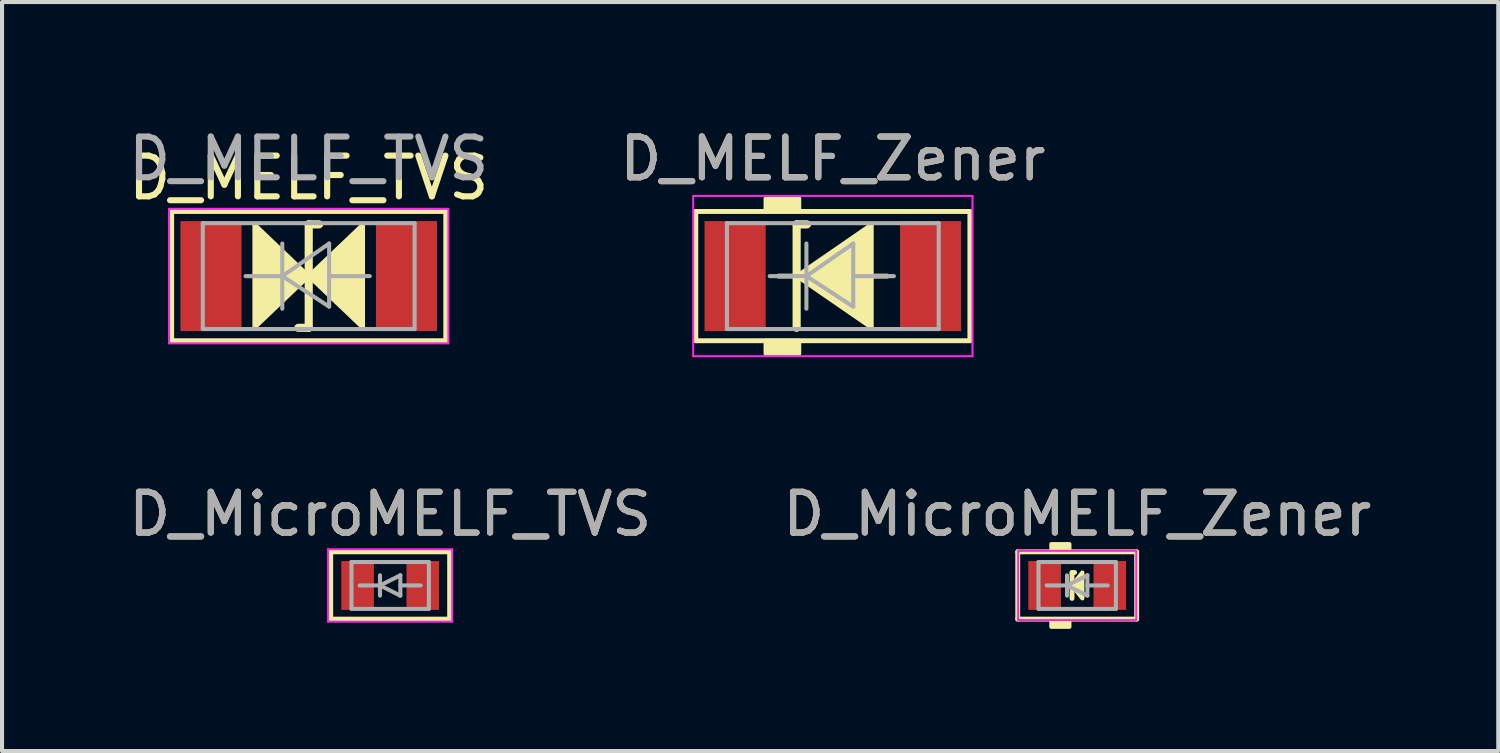
<source format=kicad_pcb>
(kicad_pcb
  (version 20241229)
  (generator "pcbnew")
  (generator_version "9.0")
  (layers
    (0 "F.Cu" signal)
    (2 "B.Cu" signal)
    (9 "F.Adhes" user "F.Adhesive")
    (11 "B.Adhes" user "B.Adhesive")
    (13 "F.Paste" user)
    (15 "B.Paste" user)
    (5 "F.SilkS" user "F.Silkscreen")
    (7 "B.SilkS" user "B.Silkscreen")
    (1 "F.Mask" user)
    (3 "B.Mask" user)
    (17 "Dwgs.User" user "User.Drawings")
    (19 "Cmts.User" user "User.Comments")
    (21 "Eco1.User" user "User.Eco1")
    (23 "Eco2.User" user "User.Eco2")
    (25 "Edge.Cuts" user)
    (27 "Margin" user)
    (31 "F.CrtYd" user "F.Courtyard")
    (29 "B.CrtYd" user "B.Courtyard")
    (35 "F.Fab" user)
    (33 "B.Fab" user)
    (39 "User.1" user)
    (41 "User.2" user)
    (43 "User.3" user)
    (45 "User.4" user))
  (footprint "D_MELF_TVS"
    (layer "F.Cu")
    (at 4.53 3.729)
    (property "Reference" "D_MELF_TVS" (at 0 -2.413 0) (layer "F.SilkS") (effects (font (size 1 1) (thickness 0.15))))
    (attr smd)
    (fp_line (start -3.365 -1.587) (end 3.365 -1.587) (stroke (width 0.12) (type solid)) (layer "F.SilkS"))
    (fp_line (start -3.365 1.587) (end -3.365 -1.587) (stroke (width 0.12) (type solid)) (layer "F.SilkS"))
    (fp_line (start -0.254 1.27) (end 0 1.27) (stroke (width 0.2) (type solid)) (layer "F.SilkS"))
    (fp_line (start 0 -1.27) (end 0 1.27) (stroke (width 0.2) (type solid)) (layer "F.SilkS"))
    (fp_line (start 0 -1.27) (end 0.254 -1.27) (stroke (width 0.2) (type solid)) (layer "F.SilkS"))
    (fp_line (start 3.365 -1.587) (end 3.365 1.587) (stroke (width 0.12) (type solid)) (layer "F.SilkS"))
    (fp_line (start 3.365 1.587) (end -3.365 1.587) (stroke (width 0.12) (type solid)) (layer "F.SilkS"))
    (fp_poly (pts (xy -1.333 -1.27) (xy 0 0) (xy -1.333 1.27)) (stroke (width 0.1) (type solid)) (fill yes) (layer "F.SilkS"))
    (fp_poly (pts (xy 1.333 1.27) (xy 0 0) (xy 1.333 -1.27)) (stroke (width 0.1) (type solid)) (fill yes) (layer "F.SilkS"))
    (fp_line (start -3.429 -1.651) (end 3.429 -1.651) (stroke (width 0.05) (type solid)) (layer "F.CrtYd"))
    (fp_line (start -3.429 1.651) (end -3.429 -1.651) (stroke (width 0.05) (type solid)) (layer "F.CrtYd"))
    (fp_line (start 3.429 -1.651) (end 3.429 1.651) (stroke (width 0.05) (type solid)) (layer "F.CrtYd"))
    (fp_line (start 3.429 1.651) (end -3.429 1.651) (stroke (width 0.05) (type solid)) (layer "F.CrtYd"))
    (fp_line (start -2.6 -1.3) (end -2.6 1.3) (stroke (width 0.1) (type solid)) (layer "F.Fab"))
    (fp_line (start -2.6 1.3) (end 2.6 1.3) (stroke (width 0.1) (type solid)) (layer "F.Fab"))
    (fp_line (start -0.649 -0.799) (end -0.649 0.801) (stroke (width 0.1) (type solid)) (layer "F.Fab"))
    (fp_line (start -0.649 0.001) (end -1.551 0.001) (stroke (width 0.1) (type solid)) (layer "F.Fab"))
    (fp_line (start -0.649 0.001) (end 0.501 -0.799) (stroke (width 0.1) (type solid)) (layer "F.Fab"))
    (fp_line (start -0.649 0.001) (end 0.501 0.75) (stroke (width 0.1) (type solid)) (layer "F.Fab"))
    (fp_line (start 0.501 0.001) (end 1.499 0.001) (stroke (width 0.1) (type solid)) (layer "F.Fab"))
    (fp_line (start 0.501 0.75) (end 0.501 -0.799) (stroke (width 0.1) (type solid)) (layer "F.Fab"))
    (fp_line (start 2.6 -1.3) (end -2.6 -1.3) (stroke (width 0.1) (type solid)) (layer "F.Fab"))
    (fp_line (start 2.6 1.3) (end 2.6 -1.3) (stroke (width 0.1) (type solid)) (layer "F.Fab"))
    (fp_text user "${REFERENCE}" (at 0 -2.881 0) (layer "F.Fab") (effects (font (size 1 1) (thickness 0.15))))
    (pad "1" smd rect (at -2.4 0) (size 1.5 2.7) (layers "F.Cu" "F.Mask" "F.Paste"))
    (pad "2" smd rect (at 2.4 0) (size 1.5 2.7) (layers "F.Cu" "F.Mask" "F.Paste")))
  (footprint "D_MicroMELF_TVS"
    (layer "F.Cu")
    (at 6.53 11.325)
    (property "Reference" "D_MicroMELF_TVS" (at 0 -1.754 0) (layer "F.SilkS") (effects (font (size 1 1) (thickness 0.15))))
    (attr smd)
    (fp_line (start -1.46 -0.826) (end 1.46 -0.826) (stroke (width 0.12) (type solid)) (layer "F.SilkS"))
    (fp_line (start -1.46 0.826) (end -1.46 -0.826) (stroke (width 0.12) (type solid)) (layer "F.SilkS"))
    (fp_line (start 1.46 -0.826) (end 1.46 0.826) (stroke (width 0.12) (type solid)) (layer "F.SilkS"))
    (fp_line (start 1.46 0.826) (end -1.46 0.826) (stroke (width 0.12) (type solid)) (layer "F.SilkS"))
    (fp_line (start -1.524 -0.889) (end -1.524 0.889) (stroke (width 0.05) (type solid)) (layer "F.CrtYd"))
    (fp_line (start -1.524 -0.889) (end 1.524 -0.889) (stroke (width 0.05) (type solid)) (layer "F.CrtYd"))
    (fp_line (start 1.524 0.889) (end -1.524 0.889) (stroke (width 0.05) (type solid)) (layer "F.CrtYd"))
    (fp_line (start 1.524 0.889) (end 1.524 -0.889) (stroke (width 0.05) (type solid)) (layer "F.CrtYd"))
    (fp_line (start -0.95 -0.575) (end 0.95 -0.575) (stroke (width 0.1) (type solid)) (layer "F.Fab"))
    (fp_line (start -0.95 0.575) (end -0.95 -0.575) (stroke (width 0.1) (type solid)) (layer "F.Fab"))
    (fp_line (start -0.25 -0.25) (end -0.25 0.25) (stroke (width 0.1) (type solid)) (layer "F.Fab"))
    (fp_line (start -0.25 0) (end -0.75 0) (stroke (width 0.1) (type solid)) (layer "F.Fab"))
    (fp_line (start -0.25 0) (end 0.25 -0.25) (stroke (width 0.1) (type solid)) (layer "F.Fab"))
    (fp_line (start 0.25 -0.25) (end 0.25 0.25) (stroke (width 0.1) (type solid)) (layer "F.Fab"))
    (fp_line (start 0.25 0) (end 0.75 0) (stroke (width 0.1) (type solid)) (layer "F.Fab"))
    (fp_line (start 0.25 0.25) (end -0.25 0) (stroke (width 0.1) (type solid)) (layer "F.Fab"))
    (fp_line (start 0.95 -0.575) (end 0.95 0.575) (stroke (width 0.1) (type solid)) (layer "F.Fab"))
    (fp_line (start 0.95 0.575) (end -0.95 0.575) (stroke (width 0.1) (type solid)) (layer "F.Fab"))
    (fp_text user "${REFERENCE}" (at 0 -1.754 0) (layer "F.Fab") (effects (font (size 1 1) (thickness 0.15))))
    (pad "1" smd rect (at -0.8 0) (size 0.8 1.2) (layers "F.Cu" "F.Mask" "F.Paste"))
    (pad "2" smd rect (at 0.8 0) (size 0.8 1.2) (layers "F.Cu" "F.Mask" "F.Paste")))
  (footprint "D_MicroMELF_Zener"
    (layer "F.Cu")
    (at 23.399 11.325)
    (property "Reference" "D_MicroMELF_Zener" (at 0 -1.754 0) (layer "F.SilkS") (effects (font (size 1 1) (thickness 0.15))))
    (attr smd)
    (fp_line (start -1.46 -0.826) (end 1.46 -0.826) (stroke (width 0.12) (type solid)) (layer "F.SilkS"))
    (fp_line (start -1.46 0.826) (end -1.46 -0.826) (stroke (width 0.12) (type solid)) (layer "F.SilkS"))
    (fp_line (start -0.127 -0.318) (end -0.127 0.318) (stroke (width 0.12) (type solid)) (layer "F.SilkS"))
    (fp_line (start -0.127 -0.318) (end -0.064 -0.318) (stroke (width 0.12) (type solid)) (layer "F.SilkS"))
    (fp_line (start 1.46 -0.826) (end 1.46 0.826) (stroke (width 0.12) (type solid)) (layer "F.SilkS"))
    (fp_line (start 1.46 0.826) (end -1.46 0.826) (stroke (width 0.12) (type solid)) (layer "F.SilkS"))
    (fp_poly (pts (xy 0.127 0.318) (xy -0.127 0) (xy 0.127 -0.318)) (stroke (width 0.1) (type solid)) (fill yes) (layer "F.SilkS"))
    (fp_poly (pts (xy -0.191 -0.826) (xy -0.635 -0.826) (xy -0.635 -1.016) (xy -0.191 -1.016)) (stroke (width 0.1) (type solid)) (fill yes) (layer "F.SilkS"))
    (fp_poly (pts (xy -0.191 1.016) (xy -0.635 1.016) (xy -0.635 0.826) (xy -0.191 0.826)) (stroke (width 0.1) (type solid)) (fill yes) (layer "F.SilkS"))
    (fp_line (start -1.45 -0.85) (end -1.45 0.85) (stroke (width 0.05) (type solid)) (layer "F.CrtYd"))
    (fp_line (start -1.45 -0.85) (end 1.45 -0.85) (stroke (width 0.05) (type solid)) (layer "F.CrtYd"))
    (fp_line (start 1.45 0.85) (end -1.45 0.85) (stroke (width 0.05) (type solid)) (layer "F.CrtYd"))
    (fp_line (start 1.45 0.85) (end 1.45 -0.85) (stroke (width 0.05) (type solid)) (layer "F.CrtYd"))
    (fp_line (start -0.95 -0.575) (end 0.95 -0.575) (stroke (width 0.1) (type solid)) (layer "F.Fab"))
    (fp_line (start -0.95 0.575) (end -0.95 -0.575) (stroke (width 0.1) (type solid)) (layer "F.Fab"))
    (fp_line (start -0.25 -0.25) (end -0.25 0.25) (stroke (width 0.1) (type solid)) (layer "F.Fab"))
    (fp_line (start -0.25 0) (end -0.75 0) (stroke (width 0.1) (type solid)) (layer "F.Fab"))
    (fp_line (start -0.25 0) (end 0.25 -0.25) (stroke (width 0.1) (type solid)) (layer "F.Fab"))
    (fp_line (start 0.25 -0.25) (end 0.25 0.25) (stroke (width 0.1) (type solid)) (layer "F.Fab"))
    (fp_line (start 0.25 0) (end 0.75 0) (stroke (width 0.1) (type solid)) (layer "F.Fab"))
    (fp_line (start 0.25 0.25) (end -0.25 0) (stroke (width 0.1) (type solid)) (layer "F.Fab"))
    (fp_line (start 0.95 -0.575) (end 0.95 0.575) (stroke (width 0.1) (type solid)) (layer "F.Fab"))
    (fp_line (start 0.95 0.575) (end -0.95 0.575) (stroke (width 0.1) (type solid)) (layer "F.Fab"))
    (fp_text user "${REFERENCE}" (at 0 -1.754 0) (layer "F.Fab") (effects (font (size 1 1) (thickness 0.15))))
    (pad "1" smd rect (at -0.8 0) (size 0.8 1.2) (layers "F.Cu" "F.Mask" "F.Paste"))
    (pad "2" smd rect (at 0.8 0) (size 0.8 1.2) (layers "F.Cu" "F.Mask" "F.Paste")))
  (footprint "D_MELF_Zener"
    (layer "F.Cu")
    (at 17.399 3.729)
    (property "Reference" "D_MELF_Zener" (at 0 -2.881 0) (layer "F.SilkS") (effects (font (size 1 1) (thickness 0.15))))
    (attr smd)
    (fp_line (start -3.365 -1.587) (end 3.365 -1.587) (stroke (width 0.12) (type solid)) (layer "F.SilkS"))
    (fp_line (start -3.365 1.587) (end -3.365 -1.587) (stroke (width 0.12) (type solid)) (layer "F.SilkS"))
    (fp_line (start -0.953 0) (end -1.333 0) (stroke (width 0.12) (type solid)) (layer "F.SilkS"))
    (fp_line (start -0.889 -1.27) (end -0.889 1.27) (stroke (width 0.2) (type solid)) (layer "F.SilkS"))
    (fp_line (start -0.889 -1.27) (end -0.635 -1.27) (stroke (width 0.2) (type solid)) (layer "F.SilkS"))
    (fp_line (start 1.333 0) (end 0.953 0) (stroke (width 0.12) (type solid)) (layer "F.SilkS"))
    (fp_line (start 3.365 -1.587) (end 3.365 1.587) (stroke (width 0.12) (type solid)) (layer "F.SilkS"))
    (fp_line (start 3.365 1.587) (end -3.365 1.587) (stroke (width 0.12) (type solid)) (layer "F.SilkS"))
    (fp_poly (pts (xy 0.953 1.27) (xy -0.889 0) (xy 0.953 -1.27)) (stroke (width 0.1) (type solid)) (fill yes) (layer "F.SilkS"))
    (fp_poly (pts (xy -0.826 -1.587) (xy -1.651 -1.587) (xy -1.651 -1.905) (xy -0.826 -1.905)) (stroke (width 0.1) (type solid)) (fill yes) (layer "F.SilkS"))
    (fp_poly (pts (xy -0.826 1.905) (xy -1.651 1.905) (xy -1.651 1.587) (xy -0.826 1.587)) (stroke (width 0.1) (type solid)) (fill yes) (layer "F.SilkS"))
    (fp_line (start -3.429 -1.968) (end 3.429 -1.968) (stroke (width 0.05) (type solid)) (layer "F.CrtYd"))
    (fp_line (start -3.429 1.968) (end -3.429 -1.968) (stroke (width 0.05) (type solid)) (layer "F.CrtYd"))
    (fp_line (start 3.429 -1.968) (end 3.429 1.968) (stroke (width 0.05) (type solid)) (layer "F.CrtYd"))
    (fp_line (start 3.429 1.968) (end -3.429 1.968) (stroke (width 0.05) (type solid)) (layer "F.CrtYd"))
    (fp_line (start -2.6 -1.3) (end -2.6 1.3) (stroke (width 0.1) (type solid)) (layer "F.Fab"))
    (fp_line (start -2.6 1.3) (end 2.6 1.3) (stroke (width 0.1) (type solid)) (layer "F.Fab"))
    (fp_line (start -0.649 -0.799) (end -0.649 0.801) (stroke (width 0.1) (type solid)) (layer "F.Fab"))
    (fp_line (start -0.649 0.001) (end -1.551 0.001) (stroke (width 0.1) (type solid)) (layer "F.Fab"))
    (fp_line (start -0.649 0.001) (end 0.501 -0.799) (stroke (width 0.1) (type solid)) (layer "F.Fab"))
    (fp_line (start -0.649 0.001) (end 0.501 0.75) (stroke (width 0.1) (type solid)) (layer "F.Fab"))
    (fp_line (start 0.501 0.001) (end 1.499 0.001) (stroke (width 0.1) (type solid)) (layer "F.Fab"))
    (fp_line (start 0.501 0.75) (end 0.501 -0.799) (stroke (width 0.1) (type solid)) (layer "F.Fab"))
    (fp_line (start 2.6 -1.3) (end -2.6 -1.3) (stroke (width 0.1) (type solid)) (layer "F.Fab"))
    (fp_line (start 2.6 1.3) (end 2.6 -1.3) (stroke (width 0.1) (type solid)) (layer "F.Fab"))
    (fp_text user "${REFERENCE}" (at 0 -2.881 0) (layer "F.Fab") (effects (font (size 1 1) (thickness 0.15))))
    (pad "1" smd rect (at -2.4 0) (size 1.5 2.7) (layers "F.Cu" "F.Mask" "F.Paste"))
    (pad "2" smd rect (at 2.4 0) (size 1.5 2.7) (layers "F.Cu" "F.Mask" "F.Paste")))
  (gr_rect
    (start -3 -3)
    (end 33.738 15.391)
    (stroke (width 0.1) (type default))
    (fill no)
    (layer "Edge.Cuts")))
</source>
